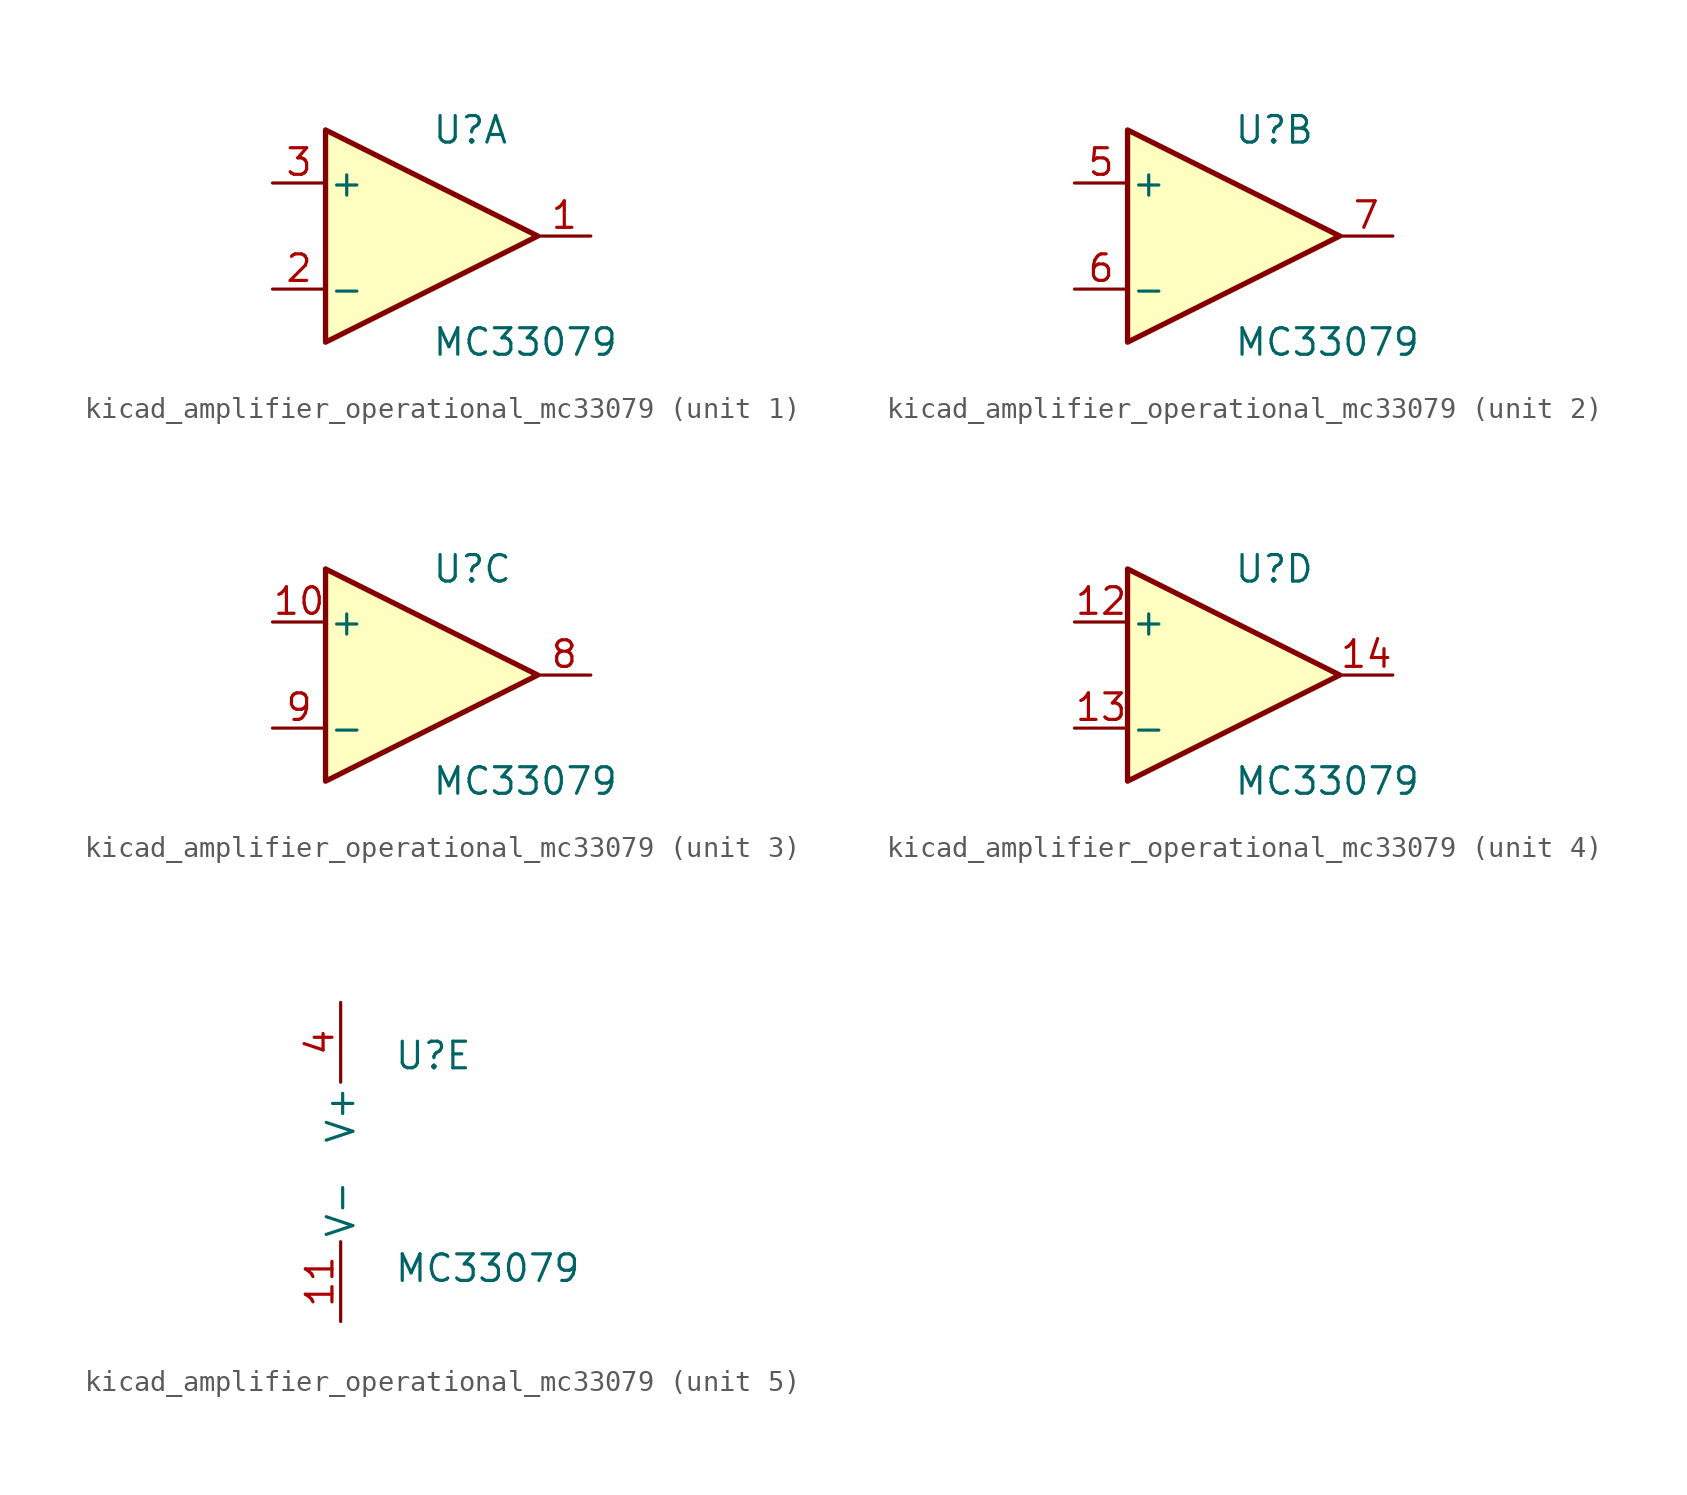
<source format=kicad_sym>
(kicad_symbol_lib
  (version 20220914)
  (generator kicad_symbol_editor)
  (symbol "kicad_amplifier_operational_mc33079"
    (pin_names
      (offset 0.127))
    (property "Reference" "U"
      (at 0 5.08 0)
      (effects (font (size 1.27 1.27)) (justify left)))
    (property "Value" "MC33079"
      (at 0 -5.08 0)
      (effects (font (size 1.27 1.27)) (justify left)))
    (property "ki_locked" ""
      (at 0 0 0)
      (effects (font (size 1.27 1.27))))
    (symbol "kicad_amplifier_operational_mc33079_1_1"
      (polyline (pts (xy -5.08 5.08) (xy 5.08 0) (xy -5.08 -5.08) (xy -5.08 5.08)) (stroke (width 0.254) (type default)) (fill (type background)))
      (pin output line (at 7.62 0 180) (length 2.54) (name "~" (effects (font (size 1.27 1.27)))) (number "1" (effects (font (size 1.27 1.27)))))
      (pin input line (at -7.62 -2.54 0) (length 2.54) (name "-" (effects (font (size 1.27 1.27)))) (number "2" (effects (font (size 1.27 1.27)))))
      (pin input line (at -7.62 2.54 0) (length 2.54) (name "+" (effects (font (size 1.27 1.27)))) (number "3" (effects (font (size 1.27 1.27))))))
    (symbol "kicad_amplifier_operational_mc33079_2_1"
      (polyline (pts (xy -5.08 5.08) (xy 5.08 0) (xy -5.08 -5.08) (xy -5.08 5.08)) (stroke (width 0.254) (type default)) (fill (type background)))
      (pin input line (at -7.62 2.54 0) (length 2.54) (name "+" (effects (font (size 1.27 1.27)))) (number "5" (effects (font (size 1.27 1.27)))))
      (pin input line (at -7.62 -2.54 0) (length 2.54) (name "-" (effects (font (size 1.27 1.27)))) (number "6" (effects (font (size 1.27 1.27)))))
      (pin output line (at 7.62 0 180) (length 2.54) (name "~" (effects (font (size 1.27 1.27)))) (number "7" (effects (font (size 1.27 1.27))))))
    (symbol "kicad_amplifier_operational_mc33079_3_1"
      (polyline (pts (xy -5.08 5.08) (xy 5.08 0) (xy -5.08 -5.08) (xy -5.08 5.08)) (stroke (width 0.254) (type default)) (fill (type background)))
      (pin input line (at -7.62 2.54 0) (length 2.54) (name "+" (effects (font (size 1.27 1.27)))) (number "10" (effects (font (size 1.27 1.27)))))
      (pin output line (at 7.62 0 180) (length 2.54) (name "~" (effects (font (size 1.27 1.27)))) (number "8" (effects (font (size 1.27 1.27)))))
      (pin input line (at -7.62 -2.54 0) (length 2.54) (name "-" (effects (font (size 1.27 1.27)))) (number "9" (effects (font (size 1.27 1.27))))))
    (symbol "kicad_amplifier_operational_mc33079_4_1"
      (polyline (pts (xy -5.08 5.08) (xy 5.08 0) (xy -5.08 -5.08) (xy -5.08 5.08)) (stroke (width 0.254) (type default)) (fill (type background)))
      (pin input line (at -7.62 2.54 0) (length 2.54) (name "+" (effects (font (size 1.27 1.27)))) (number "12" (effects (font (size 1.27 1.27)))))
      (pin input line (at -7.62 -2.54 0) (length 2.54) (name "-" (effects (font (size 1.27 1.27)))) (number "13" (effects (font (size 1.27 1.27)))))
      (pin output line (at 7.62 0 180) (length 2.54) (name "~" (effects (font (size 1.27 1.27)))) (number "14" (effects (font (size 1.27 1.27))))))
    (symbol "kicad_amplifier_operational_mc33079_5_1"
      (pin power_in line (at -2.54 -7.62 90) (length 3.81) (name "V-" (effects (font (size 1.27 1.27)))) (number "11" (effects (font (size 1.27 1.27)))))
      (pin power_in line (at -2.54 7.62 270) (length 3.81) (name "V+" (effects (font (size 1.27 1.27)))) (number "4" (effects (font (size 1.27 1.27))))))))
</source>
